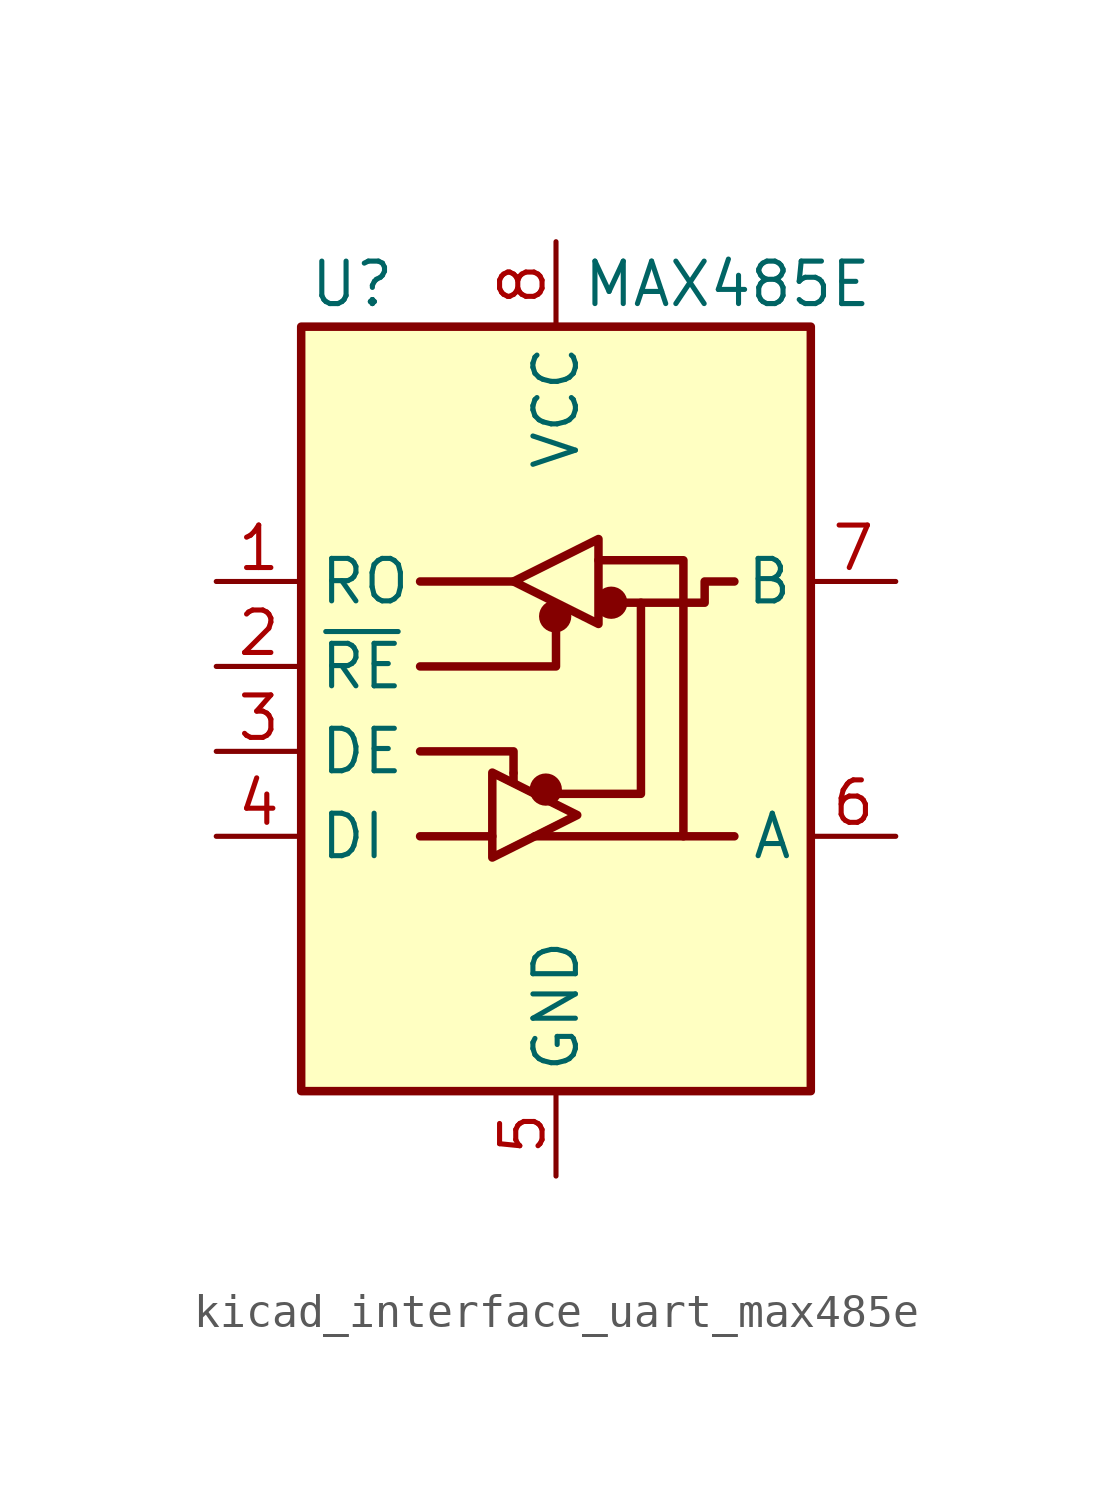
<source format=kicad_sym>
(kicad_symbol_lib
  (version 20220914)
  (generator kicad_symbol_editor)
  (symbol "kicad_interface_uart_max485e"
    (property "Reference" "U"
      (at -6.096 11.43 0)
      (effects (font (size 1.27 1.27))))
    (property "Value" "MAX485E"
      (at 0.762 11.43 0)
      (effects (font (size 1.27 1.27)) (justify left)))
    (symbol "kicad_interface_uart_max485e_0_1"
      (rectangle (start -7.62 10.16) (end 7.62 -12.7) (stroke (width 0.254) (type default)) (fill (type background)))
      (circle (center -0.305 -3.683) (radius 0.356) (stroke (width 0.254) (type default)) (fill (type outline)))
      (circle (center -0.025 1.499) (radius 0.356) (stroke (width 0.254) (type default)) (fill (type outline)))
      (polyline (pts (xy -4.064 -5.08) (xy -1.905 -5.08)) (stroke (width 0.254) (type default)) (fill (type none)))
      (polyline (pts (xy -4.064 2.54) (xy -1.27 2.54)) (stroke (width 0.254) (type default)) (fill (type none)))
      (polyline (pts (xy -1.27 -3.2) (xy -1.27 -3.454)) (stroke (width 0.254) (type default)) (fill (type none)))
      (polyline (pts (xy -0.635 -5.08) (xy 5.334 -5.08)) (stroke (width 0.254) (type default)) (fill (type none)))
      (polyline (pts (xy -4.064 -2.54) (xy -1.27 -2.54) (xy -1.27 -3.175)) (stroke (width 0.254) (type default)) (fill (type none)))
      (polyline (pts (xy 0 1.27) (xy 0 0) (xy -4.064 0)) (stroke (width 0.254) (type default)) (fill (type none)))
      (polyline (pts (xy 1.27 3.175) (xy 3.81 3.175) (xy 3.81 -5.08)) (stroke (width 0.254) (type default)) (fill (type none)))
      (polyline (pts (xy 2.54 1.905) (xy 2.54 -3.81) (xy 0 -3.81)) (stroke (width 0.254) (type default)) (fill (type none)))
      (polyline (pts (xy -1.905 -3.175) (xy -1.905 -5.715) (xy 0.635 -4.445) (xy -1.905 -3.175)) (stroke (width 0.254) (type default)) (fill (type none)))
      (polyline (pts (xy -1.27 2.54) (xy 1.27 3.81) (xy 1.27 1.27) (xy -1.27 2.54)) (stroke (width 0.254) (type default)) (fill (type none)))
      (polyline (pts (xy 1.905 1.905) (xy 4.445 1.905) (xy 4.445 2.54) (xy 5.334 2.54)) (stroke (width 0.254) (type default)) (fill (type none)))
      (rectangle (start 1.27 3.175) (end 1.27 3.175) (stroke (width 0) (type default)) (fill (type none)))
      (circle (center 1.651 1.905) (radius 0.356) (stroke (width 0.254) (type default)) (fill (type outline))))
    (symbol "kicad_interface_uart_max485e_1_1"
      (pin output line (at -10.16 2.54 0) (length 2.54) (name "RO" (effects (font (size 1.27 1.27)))) (number "1" (effects (font (size 1.27 1.27)))))
      (pin input line (at -10.16 0 0) (length 2.54) (name "~{RE}" (effects (font (size 1.27 1.27)))) (number "2" (effects (font (size 1.27 1.27)))))
      (pin input line (at -10.16 -2.54 0) (length 2.54) (name "DE" (effects (font (size 1.27 1.27)))) (number "3" (effects (font (size 1.27 1.27)))))
      (pin input line (at -10.16 -5.08 0) (length 2.54) (name "DI" (effects (font (size 1.27 1.27)))) (number "4" (effects (font (size 1.27 1.27)))))
      (pin power_in line (at 0 -15.24 90) (length 2.54) (name "GND" (effects (font (size 1.27 1.27)))) (number "5" (effects (font (size 1.27 1.27)))))
      (pin bidirectional line (at 10.16 -5.08 180) (length 2.54) (name "A" (effects (font (size 1.27 1.27)))) (number "6" (effects (font (size 1.27 1.27)))))
      (pin bidirectional line (at 10.16 2.54 180) (length 2.54) (name "B" (effects (font (size 1.27 1.27)))) (number "7" (effects (font (size 1.27 1.27)))))
      (pin power_in line (at 0 12.7 270) (length 2.54) (name "VCC" (effects (font (size 1.27 1.27)))) (number "8" (effects (font (size 1.27 1.27))))))))
</source>
